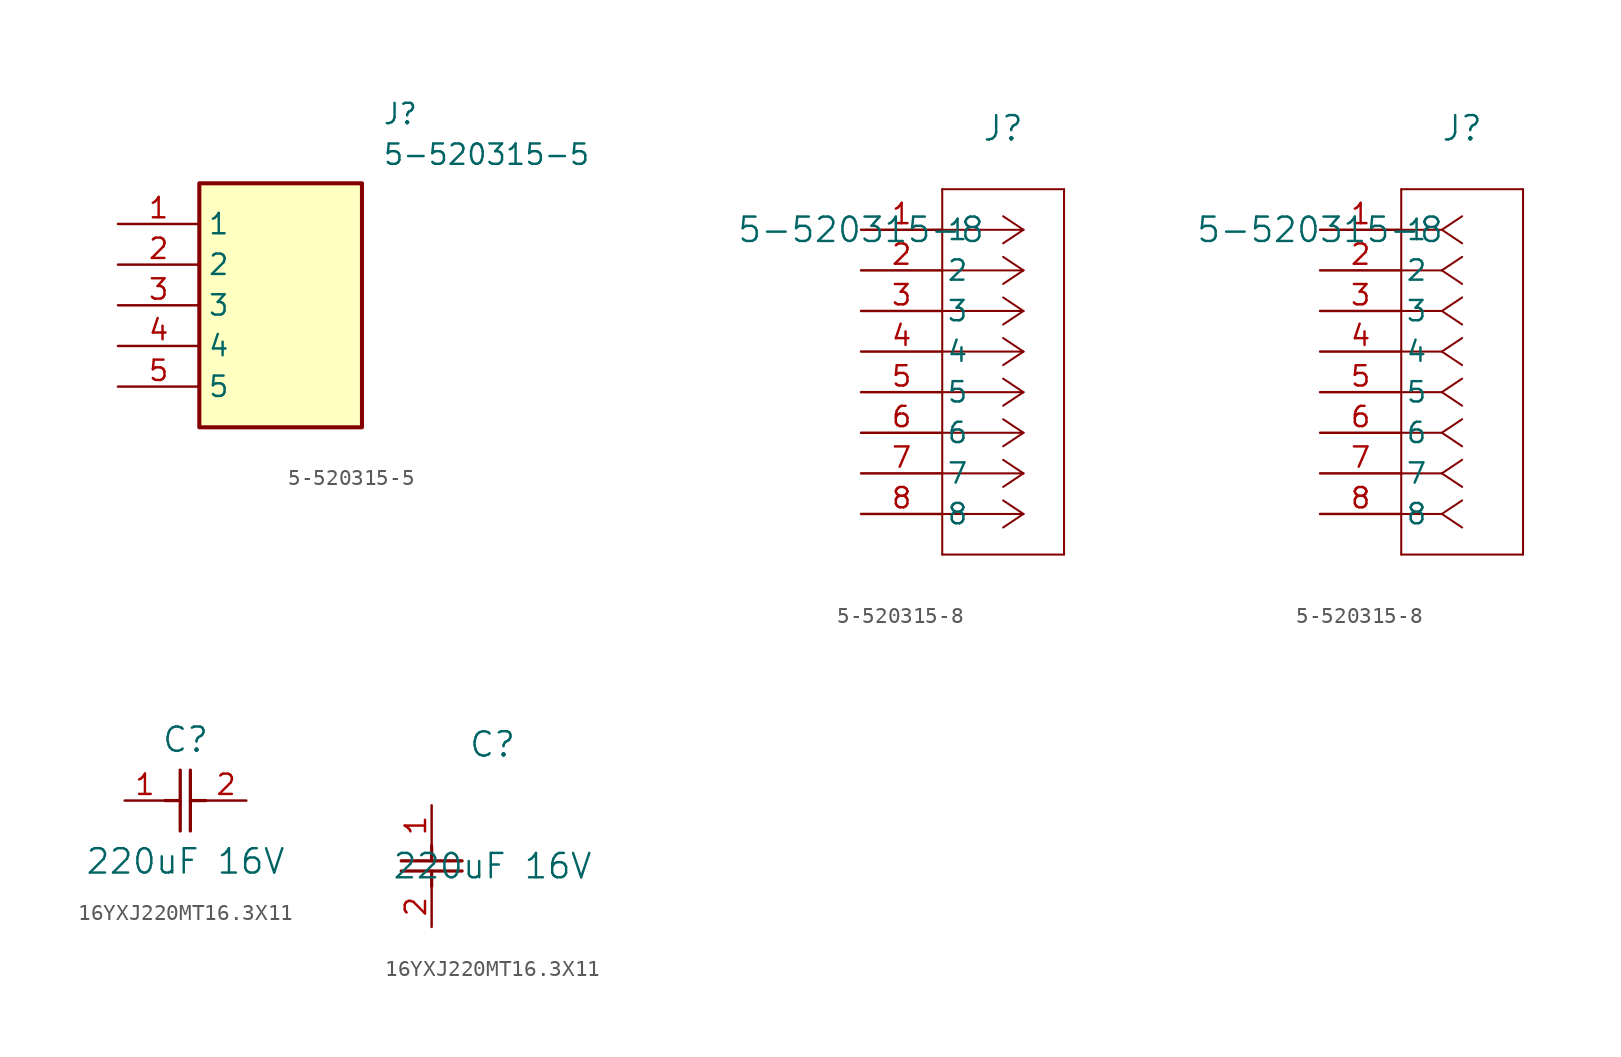
<source format=kicad_sym>
(kicad_symbol_lib
  (version 20211014)
  (generator SamacSys_ECAD_Model)
  (symbol "5-520315-5"
    (property "Reference" "J"
      (at 16.51 7.62 0)
      (effects (font (size 1.27 1.27)) (justify left top)))
    (property "Value" "5-520315-5"
      (at 16.51 5.08 0)
      (effects (font (size 1.27 1.27)) (justify left top)))
    (symbol "5-520315-5_1_1"
      (rectangle (start 5.08 2.54) (end 15.24 -12.7) (stroke (width 0.254) (type default)) (fill (type background)))
      (pin passive line (at 0 0 0) (length 5.08) (name "1" (effects (font (size 1.27 1.27)))) (number "1" (effects (font (size 1.27 1.27)))))
      (pin passive line (at 0 -2.54 0) (length 5.08) (name "2" (effects (font (size 1.27 1.27)))) (number "2" (effects (font (size 1.27 1.27)))))
      (pin passive line (at 0 -5.08 0) (length 5.08) (name "3" (effects (font (size 1.27 1.27)))) (number "3" (effects (font (size 1.27 1.27)))))
      (pin passive line (at 0 -7.62 0) (length 5.08) (name "4" (effects (font (size 1.27 1.27)))) (number "4" (effects (font (size 1.27 1.27)))))
      (pin passive line (at 0 -10.16 0) (length 5.08) (name "5" (effects (font (size 1.27 1.27)))) (number "5" (effects (font (size 1.27 1.27)))))))
  (symbol "5-520315-8"
    (pin_names
      (offset 0.254))
    (property "Reference" "J"
      (at 8.89 6.35 0)
      (effects (font (size 1.524 1.524))))
    (property "Value" "5-520315-8"
      (at 0 0 0)
      (effects (font (size 1.524 1.524))))
    (property "ki_locked" ""
      (at 0 0 0)
      (effects (font (size 1.27 1.27))))
    (symbol "5-520315-8_1_1"
      (polyline (pts (xy 5.08 2.54) (xy 5.08 -20.32)) (stroke (width 0.127) (type default)) (fill (type none)))
      (polyline (pts (xy 5.08 -20.32) (xy 12.7 -20.32)) (stroke (width 0.127) (type default)) (fill (type none)))
      (polyline (pts (xy 10.16 0) (xy 5.08 0)) (stroke (width 0.127) (type default)) (fill (type none)))
      (polyline (pts (xy 10.16 0) (xy 8.89 0.847)) (stroke (width 0.127) (type default)) (fill (type none)))
      (polyline (pts (xy 10.16 0) (xy 8.89 -0.847)) (stroke (width 0.127) (type default)) (fill (type none)))
      (polyline (pts (xy 10.16 -2.54) (xy 5.08 -2.54)) (stroke (width 0.127) (type default)) (fill (type none)))
      (polyline (pts (xy 10.16 -2.54) (xy 8.89 -1.693)) (stroke (width 0.127) (type default)) (fill (type none)))
      (polyline (pts (xy 10.16 -2.54) (xy 8.89 -3.387)) (stroke (width 0.127) (type default)) (fill (type none)))
      (polyline (pts (xy 10.16 -5.08) (xy 5.08 -5.08)) (stroke (width 0.127) (type default)) (fill (type none)))
      (polyline (pts (xy 10.16 -5.08) (xy 8.89 -4.233)) (stroke (width 0.127) (type default)) (fill (type none)))
      (polyline (pts (xy 10.16 -5.08) (xy 8.89 -5.927)) (stroke (width 0.127) (type default)) (fill (type none)))
      (polyline (pts (xy 10.16 -7.62) (xy 5.08 -7.62)) (stroke (width 0.127) (type default)) (fill (type none)))
      (polyline (pts (xy 10.16 -7.62) (xy 8.89 -6.773)) (stroke (width 0.127) (type default)) (fill (type none)))
      (polyline (pts (xy 10.16 -7.62) (xy 8.89 -8.467)) (stroke (width 0.127) (type default)) (fill (type none)))
      (polyline (pts (xy 10.16 -10.16) (xy 5.08 -10.16)) (stroke (width 0.127) (type default)) (fill (type none)))
      (polyline (pts (xy 10.16 -10.16) (xy 8.89 -9.313)) (stroke (width 0.127) (type default)) (fill (type none)))
      (polyline (pts (xy 10.16 -10.16) (xy 8.89 -11.007)) (stroke (width 0.127) (type default)) (fill (type none)))
      (polyline (pts (xy 10.16 -12.7) (xy 5.08 -12.7)) (stroke (width 0.127) (type default)) (fill (type none)))
      (polyline (pts (xy 10.16 -12.7) (xy 8.89 -11.853)) (stroke (width 0.127) (type default)) (fill (type none)))
      (polyline (pts (xy 10.16 -12.7) (xy 8.89 -13.547)) (stroke (width 0.127) (type default)) (fill (type none)))
      (polyline (pts (xy 10.16 -15.24) (xy 5.08 -15.24)) (stroke (width 0.127) (type default)) (fill (type none)))
      (polyline (pts (xy 10.16 -15.24) (xy 8.89 -14.393)) (stroke (width 0.127) (type default)) (fill (type none)))
      (polyline (pts (xy 10.16 -15.24) (xy 8.89 -16.087)) (stroke (width 0.127) (type default)) (fill (type none)))
      (polyline (pts (xy 10.16 -17.78) (xy 5.08 -17.78)) (stroke (width 0.127) (type default)) (fill (type none)))
      (polyline (pts (xy 10.16 -17.78) (xy 8.89 -16.933)) (stroke (width 0.127) (type default)) (fill (type none)))
      (polyline (pts (xy 10.16 -17.78) (xy 8.89 -18.627)) (stroke (width 0.127) (type default)) (fill (type none)))
      (polyline (pts (xy 12.7 2.54) (xy 5.08 2.54)) (stroke (width 0.127) (type default)) (fill (type none)))
      (polyline (pts (xy 12.7 -20.32) (xy 12.7 2.54)) (stroke (width 0.127) (type default)) (fill (type none)))
      (pin unspecified line (at 0 0 0) (length 5.08) (name "1" (effects (font (size 1.27 1.27)))) (number "1" (effects (font (size 1.27 1.27)))))
      (pin unspecified line (at 0 -2.54 0) (length 5.08) (name "2" (effects (font (size 1.27 1.27)))) (number "2" (effects (font (size 1.27 1.27)))))
      (pin unspecified line (at 0 -5.08 0) (length 5.08) (name "3" (effects (font (size 1.27 1.27)))) (number "3" (effects (font (size 1.27 1.27)))))
      (pin unspecified line (at 0 -7.62 0) (length 5.08) (name "4" (effects (font (size 1.27 1.27)))) (number "4" (effects (font (size 1.27 1.27)))))
      (pin unspecified line (at 0 -10.16 0) (length 5.08) (name "5" (effects (font (size 1.27 1.27)))) (number "5" (effects (font (size 1.27 1.27)))))
      (pin unspecified line (at 0 -12.7 0) (length 5.08) (name "6" (effects (font (size 1.27 1.27)))) (number "6" (effects (font (size 1.27 1.27)))))
      (pin unspecified line (at 0 -15.24 0) (length 5.08) (name "7" (effects (font (size 1.27 1.27)))) (number "7" (effects (font (size 1.27 1.27)))))
      (pin unspecified line (at 0 -17.78 0) (length 5.08) (name "8" (effects (font (size 1.27 1.27)))) (number "8" (effects (font (size 1.27 1.27))))))
    (symbol "5-520315-8_1_2"
      (polyline (pts (xy 5.08 2.54) (xy 5.08 -20.32)) (stroke (width 0.127) (type default)) (fill (type none)))
      (polyline (pts (xy 5.08 -20.32) (xy 12.7 -20.32)) (stroke (width 0.127) (type default)) (fill (type none)))
      (polyline (pts (xy 7.62 0) (xy 5.08 0)) (stroke (width 0.127) (type default)) (fill (type none)))
      (polyline (pts (xy 7.62 0) (xy 8.89 0.847)) (stroke (width 0.127) (type default)) (fill (type none)))
      (polyline (pts (xy 7.62 0) (xy 8.89 -0.847)) (stroke (width 0.127) (type default)) (fill (type none)))
      (polyline (pts (xy 7.62 -2.54) (xy 5.08 -2.54)) (stroke (width 0.127) (type default)) (fill (type none)))
      (polyline (pts (xy 7.62 -2.54) (xy 8.89 -1.693)) (stroke (width 0.127) (type default)) (fill (type none)))
      (polyline (pts (xy 7.62 -2.54) (xy 8.89 -3.387)) (stroke (width 0.127) (type default)) (fill (type none)))
      (polyline (pts (xy 7.62 -5.08) (xy 5.08 -5.08)) (stroke (width 0.127) (type default)) (fill (type none)))
      (polyline (pts (xy 7.62 -5.08) (xy 8.89 -4.233)) (stroke (width 0.127) (type default)) (fill (type none)))
      (polyline (pts (xy 7.62 -5.08) (xy 8.89 -5.927)) (stroke (width 0.127) (type default)) (fill (type none)))
      (polyline (pts (xy 7.62 -7.62) (xy 5.08 -7.62)) (stroke (width 0.127) (type default)) (fill (type none)))
      (polyline (pts (xy 7.62 -7.62) (xy 8.89 -6.773)) (stroke (width 0.127) (type default)) (fill (type none)))
      (polyline (pts (xy 7.62 -7.62) (xy 8.89 -8.467)) (stroke (width 0.127) (type default)) (fill (type none)))
      (polyline (pts (xy 7.62 -10.16) (xy 5.08 -10.16)) (stroke (width 0.127) (type default)) (fill (type none)))
      (polyline (pts (xy 7.62 -10.16) (xy 8.89 -9.313)) (stroke (width 0.127) (type default)) (fill (type none)))
      (polyline (pts (xy 7.62 -10.16) (xy 8.89 -11.007)) (stroke (width 0.127) (type default)) (fill (type none)))
      (polyline (pts (xy 7.62 -12.7) (xy 5.08 -12.7)) (stroke (width 0.127) (type default)) (fill (type none)))
      (polyline (pts (xy 7.62 -12.7) (xy 8.89 -11.853)) (stroke (width 0.127) (type default)) (fill (type none)))
      (polyline (pts (xy 7.62 -12.7) (xy 8.89 -13.547)) (stroke (width 0.127) (type default)) (fill (type none)))
      (polyline (pts (xy 7.62 -15.24) (xy 5.08 -15.24)) (stroke (width 0.127) (type default)) (fill (type none)))
      (polyline (pts (xy 7.62 -15.24) (xy 8.89 -14.393)) (stroke (width 0.127) (type default)) (fill (type none)))
      (polyline (pts (xy 7.62 -15.24) (xy 8.89 -16.087)) (stroke (width 0.127) (type default)) (fill (type none)))
      (polyline (pts (xy 7.62 -17.78) (xy 5.08 -17.78)) (stroke (width 0.127) (type default)) (fill (type none)))
      (polyline (pts (xy 7.62 -17.78) (xy 8.89 -16.933)) (stroke (width 0.127) (type default)) (fill (type none)))
      (polyline (pts (xy 7.62 -17.78) (xy 8.89 -18.627)) (stroke (width 0.127) (type default)) (fill (type none)))
      (polyline (pts (xy 12.7 2.54) (xy 5.08 2.54)) (stroke (width 0.127) (type default)) (fill (type none)))
      (polyline (pts (xy 12.7 -20.32) (xy 12.7 2.54)) (stroke (width 0.127) (type default)) (fill (type none)))
      (pin unspecified line (at 0 0 0) (length 5.08) (name "1" (effects (font (size 1.27 1.27)))) (number "1" (effects (font (size 1.27 1.27)))))
      (pin unspecified line (at 0 -2.54 0) (length 5.08) (name "2" (effects (font (size 1.27 1.27)))) (number "2" (effects (font (size 1.27 1.27)))))
      (pin unspecified line (at 0 -5.08 0) (length 5.08) (name "3" (effects (font (size 1.27 1.27)))) (number "3" (effects (font (size 1.27 1.27)))))
      (pin unspecified line (at 0 -7.62 0) (length 5.08) (name "4" (effects (font (size 1.27 1.27)))) (number "4" (effects (font (size 1.27 1.27)))))
      (pin unspecified line (at 0 -10.16 0) (length 5.08) (name "5" (effects (font (size 1.27 1.27)))) (number "5" (effects (font (size 1.27 1.27)))))
      (pin unspecified line (at 0 -12.7 0) (length 5.08) (name "6" (effects (font (size 1.27 1.27)))) (number "6" (effects (font (size 1.27 1.27)))))
      (pin unspecified line (at 0 -15.24 0) (length 5.08) (name "7" (effects (font (size 1.27 1.27)))) (number "7" (effects (font (size 1.27 1.27)))))
      (pin unspecified line (at 0 -17.78 0) (length 5.08) (name "8" (effects (font (size 1.27 1.27)))) (number "8" (effects (font (size 1.27 1.27)))))))
  (symbol "16YXJ220MT16.3X11"
    (pin_names
      (offset 0.254))
    (property "Reference" "C"
      (at 3.81 3.81 0)
      (effects (font (size 1.524 1.524))))
    (property "Value" "220uF 16V"
      (at 3.81 -3.81 0)
      (effects (font (size 1.524 1.524))))
    (property "ki_locked" ""
      (at 0 0 0)
      (effects (font (size 1.27 1.27))))
    (symbol "16YXJ220MT16.3X11_1_1"
      (polyline (pts (xy 2.54 0) (xy 3.48 0)) (stroke (width 0.203) (type default)) (fill (type none)))
      (polyline (pts (xy 3.48 -1.905) (xy 3.48 1.905)) (stroke (width 0.203) (type default)) (fill (type none)))
      (polyline (pts (xy 4.115 0) (xy 5.08 0)) (stroke (width 0.203) (type default)) (fill (type none)))
      (polyline (pts (xy 4.115 -1.905) (xy 4.115 1.905)) (stroke (width 0.203) (type default)) (fill (type none)))
      (pin unspecified line (at 0 0 0) (length 2.54) (name "" (effects (font (size 1.27 1.27)))) (number "1" (effects (font (size 1.27 1.27)))))
      (pin unspecified line (at 7.62 0 180) (length 2.54) (name "" (effects (font (size 1.27 1.27)))) (number "2" (effects (font (size 1.27 1.27))))))
    (symbol "16YXJ220MT16.3X11_1_2"
      (polyline (pts (xy -1.905 -3.48) (xy 1.905 -3.48)) (stroke (width 0.203) (type default)) (fill (type none)))
      (polyline (pts (xy -1.905 -4.115) (xy 1.905 -4.115)) (stroke (width 0.203) (type default)) (fill (type none)))
      (polyline (pts (xy 0 -2.54) (xy 0 -3.48)) (stroke (width 0.203) (type default)) (fill (type none)))
      (polyline (pts (xy 0 -4.115) (xy 0 -5.08)) (stroke (width 0.203) (type default)) (fill (type none)))
      (pin unspecified line (at 0 0 270) (length 2.54) (name "" (effects (font (size 1.27 1.27)))) (number "1" (effects (font (size 1.27 1.27)))))
      (pin unspecified line (at 0 -7.62 90) (length 2.54) (name "" (effects (font (size 1.27 1.27)))) (number "2" (effects (font (size 1.27 1.27))))))))
</source>
